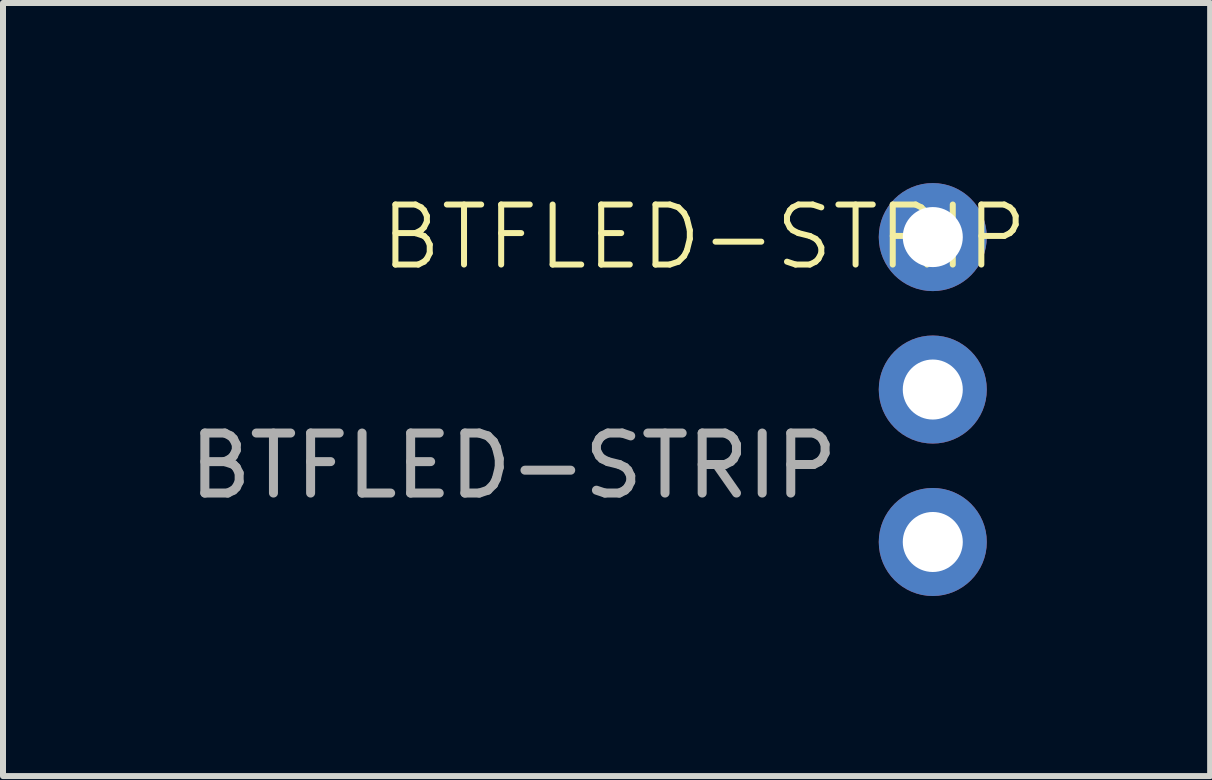
<source format=kicad_pcb>
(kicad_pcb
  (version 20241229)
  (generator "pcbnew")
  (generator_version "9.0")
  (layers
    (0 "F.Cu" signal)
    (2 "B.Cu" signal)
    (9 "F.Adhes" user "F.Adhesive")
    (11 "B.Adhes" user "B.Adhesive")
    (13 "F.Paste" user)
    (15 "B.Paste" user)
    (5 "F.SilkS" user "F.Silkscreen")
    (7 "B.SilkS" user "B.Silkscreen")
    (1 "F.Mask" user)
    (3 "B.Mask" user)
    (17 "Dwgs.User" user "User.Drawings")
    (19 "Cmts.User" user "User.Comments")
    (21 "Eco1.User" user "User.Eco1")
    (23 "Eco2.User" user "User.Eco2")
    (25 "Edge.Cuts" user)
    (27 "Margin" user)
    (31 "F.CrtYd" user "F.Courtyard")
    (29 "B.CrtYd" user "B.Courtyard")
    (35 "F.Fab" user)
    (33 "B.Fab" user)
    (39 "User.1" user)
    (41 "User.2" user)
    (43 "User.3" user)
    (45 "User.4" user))
  (footprint "BTFLED-STRIP"
    (layer "F.Cu")
    (at 12.491 3.44)
    (property "Reference" "BTFLED-STRIP" (at -3.81 -2.54 0) (unlocked yes) (layer "F.SilkS") (effects (font (size 1 1) (thickness 0.1))))
    (attr smd)
    (fp_text user "${REFERENCE}" (at -6.985 1.27 0) (unlocked yes) (layer "F.Fab") (effects (font (size 1 1) (thickness 0.15))))
    (pad "1" thru_hole circle (at 0 -2.54) (size 1.8 1.8) (drill 1) (layers "*.Cu" "*.Mask"))
    (pad "2" thru_hole circle (at 0 0) (size 1.8 1.8) (drill 1) (layers "*.Cu" "*.Mask"))
    (pad "3" thru_hole circle (at 0 2.54) (size 1.8 1.8) (drill 1) (layers "*.Cu" "*.Mask")))
  (gr_rect
    (start -3 -3)
    (end 17.112 9.88)
    (stroke (width 0.1) (type default))
    (fill no)
    (layer "Edge.Cuts")))
</source>
